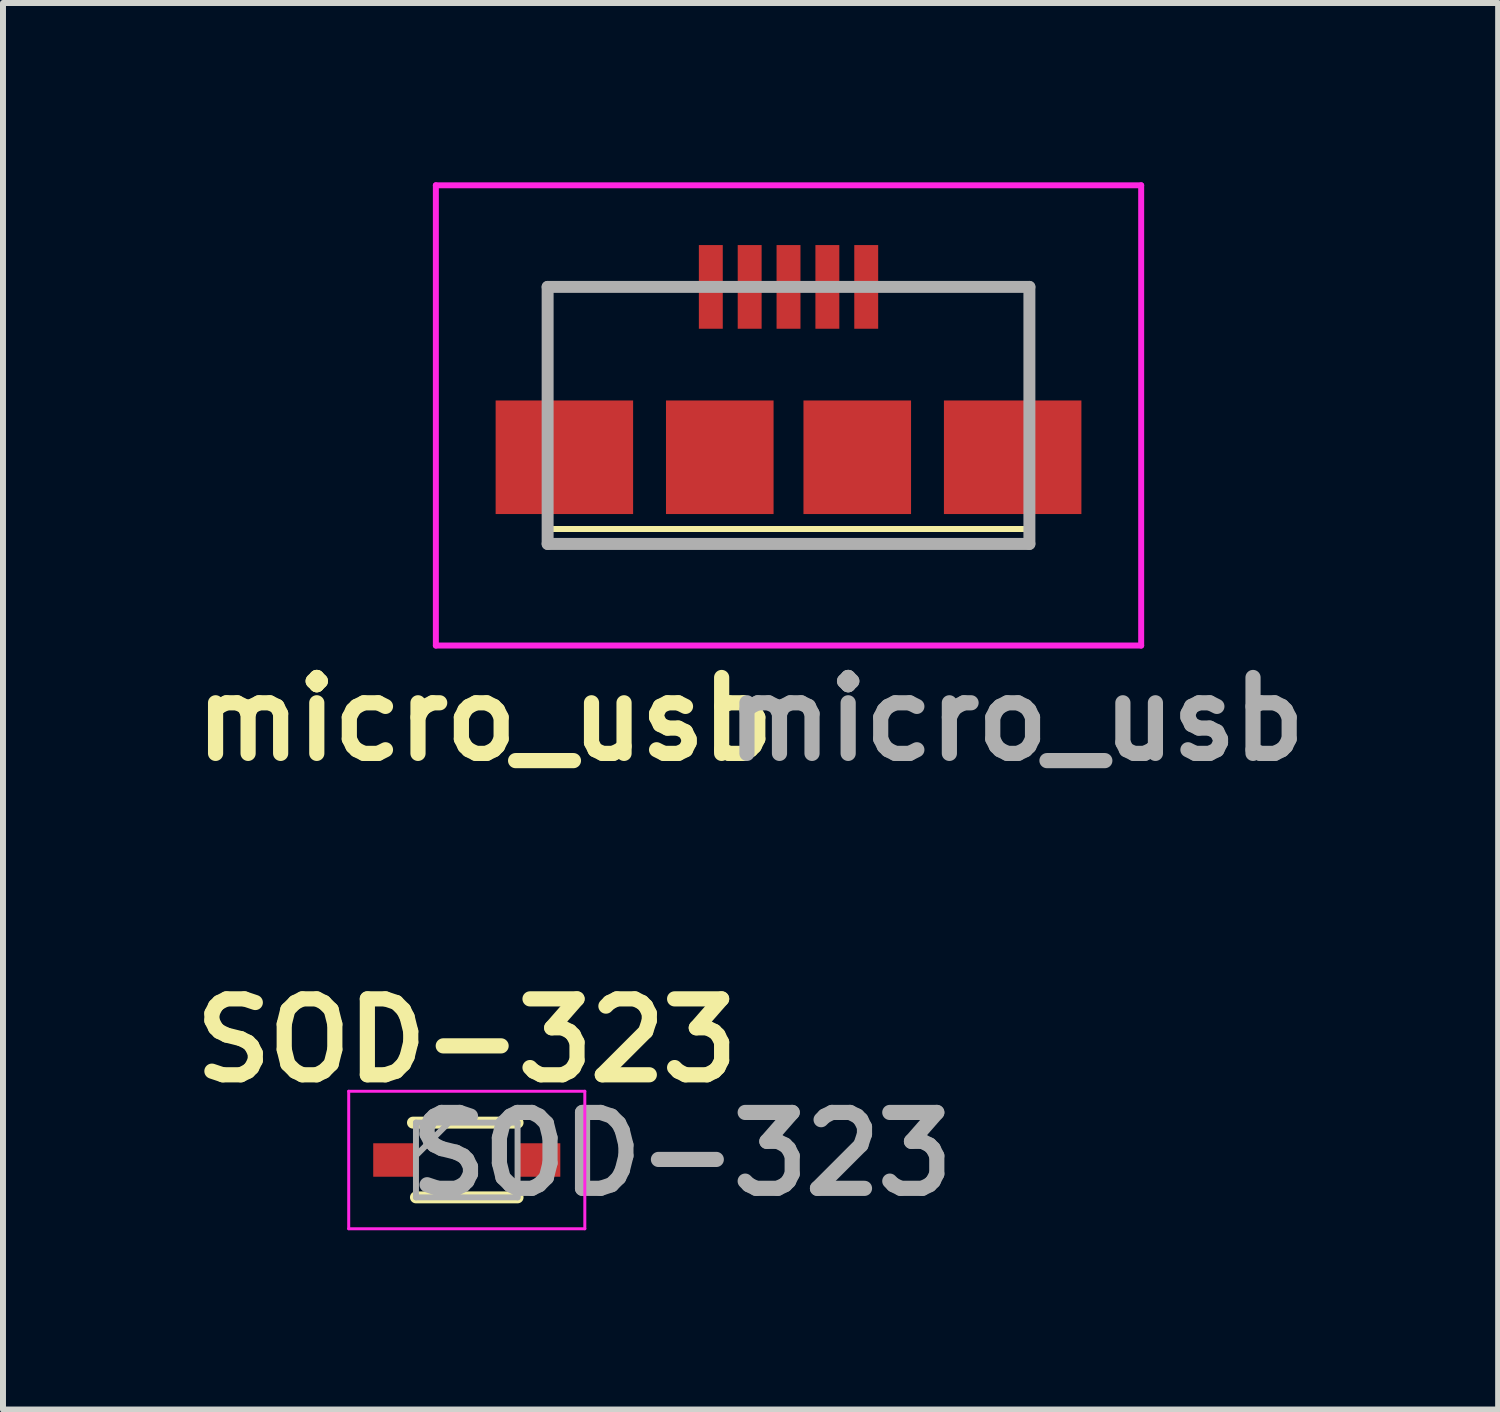
<source format=kicad_pcb>
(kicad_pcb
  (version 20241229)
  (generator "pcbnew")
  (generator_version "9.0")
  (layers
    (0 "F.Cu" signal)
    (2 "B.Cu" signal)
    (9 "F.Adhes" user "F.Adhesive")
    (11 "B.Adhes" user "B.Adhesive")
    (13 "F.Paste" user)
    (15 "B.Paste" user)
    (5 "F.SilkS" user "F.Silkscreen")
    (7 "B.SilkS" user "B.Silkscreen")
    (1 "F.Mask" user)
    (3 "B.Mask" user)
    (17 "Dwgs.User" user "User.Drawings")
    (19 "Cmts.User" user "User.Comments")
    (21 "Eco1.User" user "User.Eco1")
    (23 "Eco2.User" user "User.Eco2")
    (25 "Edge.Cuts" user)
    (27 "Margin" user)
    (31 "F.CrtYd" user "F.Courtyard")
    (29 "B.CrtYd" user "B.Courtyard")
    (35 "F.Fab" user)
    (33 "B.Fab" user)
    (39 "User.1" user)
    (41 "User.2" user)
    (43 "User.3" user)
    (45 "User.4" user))
  (footprint "SOD-323"
    (layer "F.Cu")
    (at 4.759 16.357)
    (property "Reference" "SOD-323" (at 0 -2 0) (layer "F.SilkS") (effects (font (size 1.27 1.27) (thickness 0.254))))
    (attr smd)
    (fp_line (start -0.9 -0.625) (end 0.85 -0.625) (stroke (width 0.2) (type solid)) (layer "F.SilkS"))
    (fp_line (start -0.85 0.625) (end 0.85 0.625) (stroke (width 0.2) (type solid)) (layer "F.SilkS"))
    (fp_line (start -1.975 -1.15) (end 1.975 -1.15) (stroke (width 0.05) (type solid)) (layer "F.CrtYd"))
    (fp_line (start -1.975 1.15) (end -1.975 -1.15) (stroke (width 0.05) (type solid)) (layer "F.CrtYd"))
    (fp_line (start 1.975 -1.15) (end 1.975 1.15) (stroke (width 0.05) (type solid)) (layer "F.CrtYd"))
    (fp_line (start 1.975 1.15) (end -1.975 1.15) (stroke (width 0.05) (type solid)) (layer "F.CrtYd"))
    (fp_line (start -0.85 -0.625) (end 0.85 -0.625) (stroke (width 0.1) (type solid)) (layer "F.Fab"))
    (fp_line (start -0.85 -0.075) (end -0.3 -0.625) (stroke (width 0.1) (type solid)) (layer "F.Fab"))
    (fp_line (start -0.85 0.625) (end -0.85 -0.625) (stroke (width 0.1) (type solid)) (layer "F.Fab"))
    (fp_line (start 0.85 -0.625) (end 0.85 0.625) (stroke (width 0.1) (type solid)) (layer "F.Fab"))
    (fp_line (start 0.85 0.625) (end -0.85 0.625) (stroke (width 0.1) (type solid)) (layer "F.Fab"))
    (fp_text user "${REFERENCE}" (at 3.6 -0.1 0) (layer "F.Fab") (effects (font (size 1.27 1.27) (thickness 0.254))))
    (pad "1" smd rect (at -1.22 0 90) (size 0.56 0.69) (layers "F.Cu" "F.Mask" "F.Paste"))
    (pad "2" smd rect (at 1.22 0 90) (size 0.56 0.69) (layers "F.Cu" "F.Mask" "F.Paste")))
  (footprint "micro_usb"
    (layer "F.Cu")
    (at 10.142 3.9)
    (property "Reference" "micro_usb" (at -5.08 5.08 0) (layer "F.SilkS") (effects (font (size 1.27 1.27) (thickness 0.254))))
    (attr smd)
    (fp_line (start -4.03 -2.15) (end -2 -2.15) (stroke (width 0.1) (type solid)) (layer "F.SilkS"))
    (fp_line (start -4.03 -0.65) (end -4.03 -2.15) (stroke (width 0.1) (type solid)) (layer "F.SilkS"))
    (fp_line (start -4 1.9) (end 4.03 1.9) (stroke (width 0.1) (type solid)) (layer "F.SilkS"))
    (fp_line (start 2 -2.15) (end 4 -2.15) (stroke (width 0.1) (type solid)) (layer "F.SilkS"))
    (fp_line (start 4 -2.15) (end 4.03 -0.65) (stroke (width 0.1) (type solid)) (layer "F.SilkS"))
    (fp_line (start -5.9 -3.85) (end 5.9 -3.85) (stroke (width 0.1) (type solid)) (layer "F.CrtYd"))
    (fp_line (start -5.9 3.85) (end -5.9 -3.85) (stroke (width 0.1) (type solid)) (layer "F.CrtYd"))
    (fp_line (start 5.9 -3.85) (end 5.9 3.85) (stroke (width 0.1) (type solid)) (layer "F.CrtYd"))
    (fp_line (start 5.9 3.85) (end -5.9 3.85) (stroke (width 0.1) (type solid)) (layer "F.CrtYd"))
    (fp_line (start -4.03 -2.15) (end 4.03 -2.15) (stroke (width 0.2) (type solid)) (layer "F.Fab"))
    (fp_line (start -4.03 2.15) (end -4.03 -2.15) (stroke (width 0.2) (type solid)) (layer "F.Fab"))
    (fp_line (start 4.03 -2.15) (end 4.03 2.15) (stroke (width 0.2) (type solid)) (layer "F.Fab"))
    (fp_line (start 4.03 2.15) (end -4.03 2.15) (stroke (width 0.2) (type solid)) (layer "F.Fab"))
    (fp_text user "${REFERENCE}" (at 3.81 5.08 0) (layer "F.Fab") (effects (font (size 1.27 1.27) (thickness 0.254))))
    (pad "1" smd rect (at -1.3 -2.15) (size 0.4 1.4) (layers "F.Cu" "F.Mask" "F.Paste"))
    (pad "2" smd rect (at -0.65 -2.15) (size 0.4 1.4) (layers "F.Cu" "F.Mask" "F.Paste"))
    (pad "3" smd rect (at 0 -2.15) (size 0.4 1.4) (layers "F.Cu" "F.Mask" "F.Paste"))
    (pad "4" smd rect (at 0.65 -2.15) (size 0.4 1.4) (layers "F.Cu" "F.Mask" "F.Paste"))
    (pad "5" smd rect (at 1.3 -2.15) (size 0.4 1.4) (layers "F.Cu" "F.Mask" "F.Paste"))
    (pad "MP1" smd rect (at -3.75 0.7 90) (size 1.9 2.3) (layers "F.Cu" "F.Mask" "F.Paste"))
    (pad "MP2" smd rect (at -1.15 0.7) (size 1.8 1.9) (layers "F.Cu" "F.Mask" "F.Paste"))
    (pad "MP3" smd rect (at 1.15 0.7) (size 1.8 1.9) (layers "F.Cu" "F.Mask" "F.Paste"))
    (pad "MP4" smd rect (at 3.75 0.7 90) (size 1.9 2.3) (layers "F.Cu" "F.Mask" "F.Paste")))
  (gr_rect
    (start -3 -3)
    (end 22.014 20.532)
    (stroke (width 0.1) (type default))
    (fill no)
    (layer "Edge.Cuts")))
</source>
